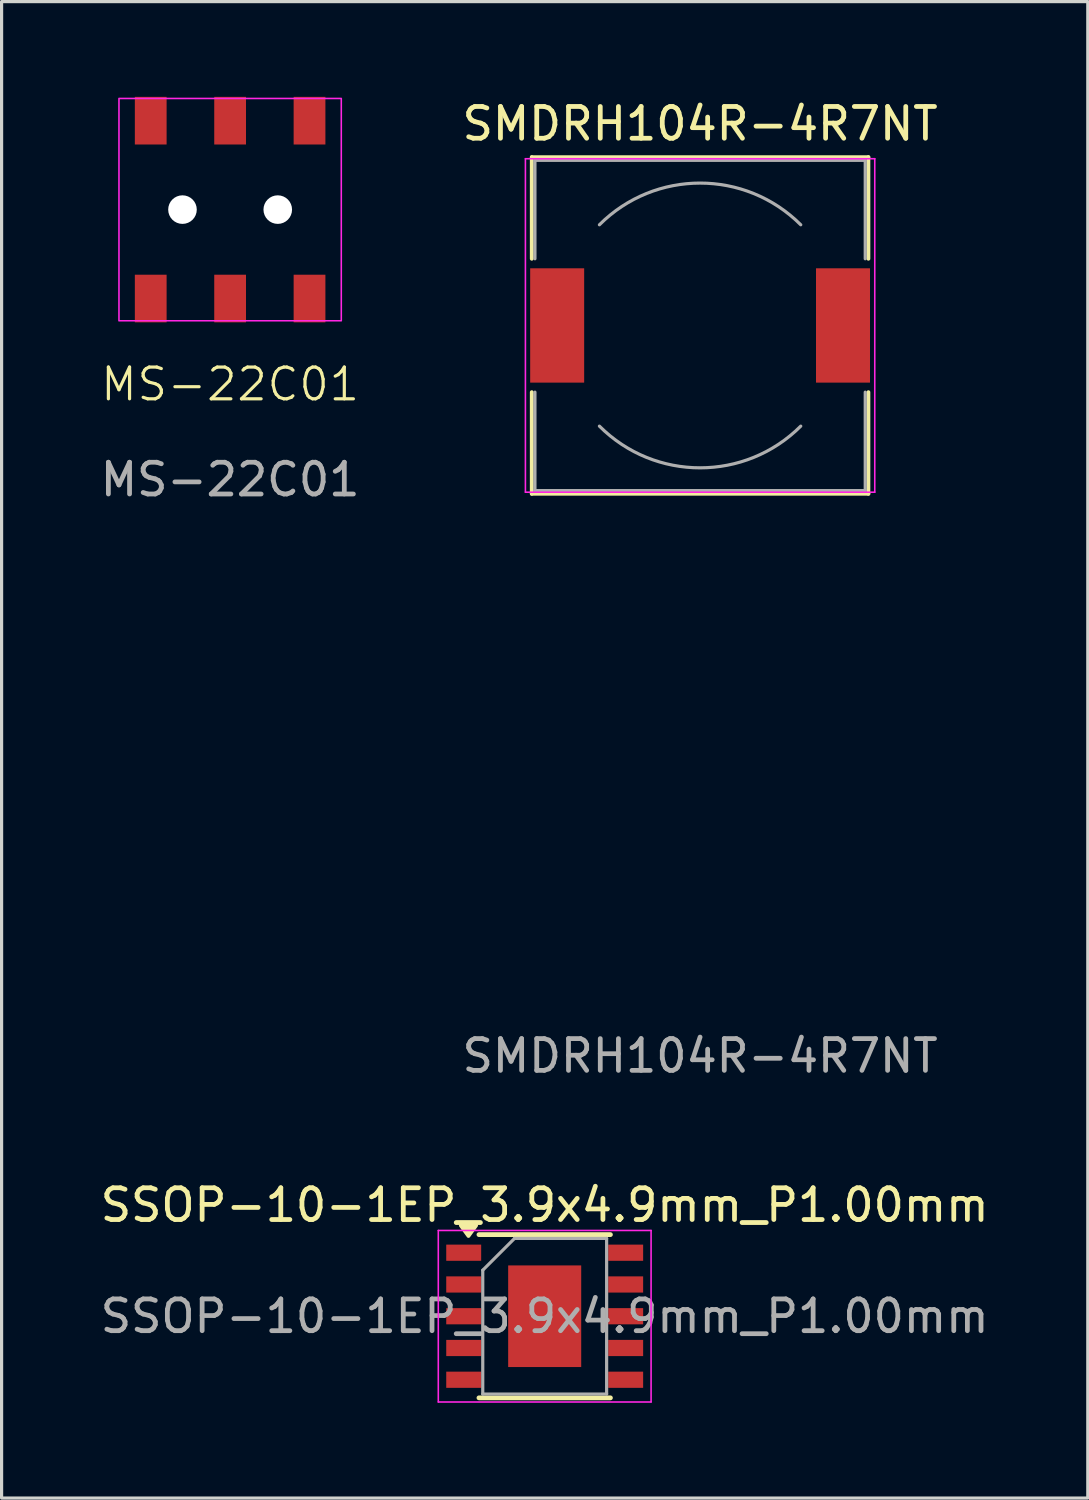
<source format=kicad_pcb>
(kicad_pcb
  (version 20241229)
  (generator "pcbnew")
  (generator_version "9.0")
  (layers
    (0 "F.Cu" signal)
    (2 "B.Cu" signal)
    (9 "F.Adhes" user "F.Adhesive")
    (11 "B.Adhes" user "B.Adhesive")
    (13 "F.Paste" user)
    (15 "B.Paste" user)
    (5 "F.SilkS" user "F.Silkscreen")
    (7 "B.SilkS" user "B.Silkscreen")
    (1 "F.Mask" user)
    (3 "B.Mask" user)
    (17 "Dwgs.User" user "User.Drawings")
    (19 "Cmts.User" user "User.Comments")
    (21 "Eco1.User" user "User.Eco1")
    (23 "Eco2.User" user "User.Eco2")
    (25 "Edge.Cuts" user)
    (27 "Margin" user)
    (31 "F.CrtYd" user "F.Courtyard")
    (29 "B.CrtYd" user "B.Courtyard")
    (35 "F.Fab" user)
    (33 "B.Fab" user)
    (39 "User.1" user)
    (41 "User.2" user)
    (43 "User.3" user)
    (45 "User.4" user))
  (footprint "SMDRH104R-4R7NT"
    (layer "F.Cu")
    (at 18.994 7.198)
    (property "Reference" "SMDRH104R-4R7NT" (at 0 -6.35 180) (layer "F.SilkS") (effects (font (size 1 1) (thickness 0.15))))
    (attr smd)
    (fp_line (start -5.3 -5.3) (end 5.3 -5.3) (stroke (width 0.12) (type solid)) (layer "F.SilkS"))
    (fp_line (start -5.3 -2.1) (end -5.3 -5.3) (stroke (width 0.12) (type solid)) (layer "F.SilkS"))
    (fp_line (start -5.3 5.3) (end -5.3 2.1) (stroke (width 0.12) (type solid)) (layer "F.SilkS"))
    (fp_line (start 5.3 -5.3) (end 5.3 -2.1) (stroke (width 0.12) (type solid)) (layer "F.SilkS"))
    (fp_line (start 5.3 2.1) (end 5.3 5.3) (stroke (width 0.12) (type solid)) (layer "F.SilkS"))
    (fp_line (start 5.3 5.3) (end -5.3 5.3) (stroke (width 0.12) (type solid)) (layer "F.SilkS"))
    (fp_line (start -5.5 -5.25) (end -5.5 5.25) (stroke (width 0.05) (type solid)) (layer "F.CrtYd"))
    (fp_line (start -5.5 5.25) (end 5.5 5.25) (stroke (width 0.05) (type solid)) (layer "F.CrtYd"))
    (fp_line (start 5.5 -5.25) (end -5.5 -5.25) (stroke (width 0.05) (type solid)) (layer "F.CrtYd"))
    (fp_line (start 5.5 5.25) (end 5.5 -5.25) (stroke (width 0.05) (type solid)) (layer "F.CrtYd"))
    (fp_line (start -5.2 -5.2) (end -5.2 -2.1) (stroke (width 0.1) (type solid)) (layer "F.Fab"))
    (fp_line (start -5.2 -5.2) (end 5.2 -5.2) (stroke (width 0.1) (type solid)) (layer "F.Fab"))
    (fp_line (start -5.2 5.2) (end -5.2 2.1) (stroke (width 0.1) (type solid)) (layer "F.Fab"))
    (fp_line (start -5.2 5.2) (end 5.2 5.2) (stroke (width 0.1) (type solid)) (layer "F.Fab"))
    (fp_line (start 5.2 -5.2) (end 5.2 -2.1) (stroke (width 0.1) (type solid)) (layer "F.Fab"))
    (fp_line (start 5.2 5.2) (end 5.2 2.1) (stroke (width 0.1) (type solid)) (layer "F.Fab"))
    (fp_arc (start -3.17 -3.17) (mid 0 -4.483057) (end 3.17 -3.17) (stroke (width 0.1) (type solid)) (layer "F.Fab"))
    (fp_arc (start 3.17 3.17) (mid 0 4.483057) (end -3.17 3.17) (stroke (width 0.1) (type solid)) (layer "F.Fab"))
    (fp_text user "${REFERENCE}" (at 0 23 180) (layer "F.Fab") (effects (font (size 1 1) (thickness 0.15))))
    (pad "1" smd rect (at -4.5 0) (size 1.7 3.6) (layers "F.Cu" "F.Mask" "F.Paste"))
    (pad "2" smd rect (at 4.5 0) (size 1.7 3.6) (layers "F.Cu" "F.Mask" "F.Paste")))
  (footprint "SSOP-10-1EP_3.9x4.9mm_P1.00mm"
    (layer "F.Cu")
    (at 14.101 38.395)
    (property "Reference" "SSOP-10-1EP_3.9x4.9mm_P1.00mm" (at 0 -3.5 0) (layer "F.SilkS") (effects (font (size 1 1) (thickness 0.15))))
    (attr smd)
    (fp_line (start -2.07 -2.57) (end 2.07 -2.57) (stroke (width 0.15) (type solid)) (layer "F.SilkS"))
    (fp_line (start -2.07 2.57) (end 2.07 2.57) (stroke (width 0.15) (type solid)) (layer "F.SilkS"))
    (fp_poly (pts (xy -2.4 -2.527) (xy -2.64 -2.857) (xy -2.16 -2.857) (xy -2.4 -2.527)) (stroke (width 0.12) (type solid)) (fill yes) (layer "F.SilkS"))
    (fp_line (start -3.35 -2.7) (end -3.35 2.7) (stroke (width 0.05) (type solid)) (layer "F.CrtYd"))
    (fp_line (start -3.35 -2.7) (end 3.35 -2.7) (stroke (width 0.05) (type solid)) (layer "F.CrtYd"))
    (fp_line (start -3.35 2.7) (end 3.35 2.7) (stroke (width 0.05) (type solid)) (layer "F.CrtYd"))
    (fp_line (start 3.35 -2.7) (end 3.35 2.7) (stroke (width 0.05) (type solid)) (layer "F.CrtYd"))
    (fp_line (start -1.95 -1.45) (end -0.95 -2.45) (stroke (width 0.1) (type solid)) (layer "F.Fab"))
    (fp_line (start -1.95 2.45) (end -1.95 -1.45) (stroke (width 0.1) (type solid)) (layer "F.Fab"))
    (fp_line (start -0.95 -2.45) (end 1.95 -2.45) (stroke (width 0.1) (type solid)) (layer "F.Fab"))
    (fp_line (start 1.95 -2.45) (end 1.95 2.45) (stroke (width 0.1) (type solid)) (layer "F.Fab"))
    (fp_line (start 1.95 2.45) (end -1.95 2.45) (stroke (width 0.1) (type solid)) (layer "F.Fab"))
    (fp_text user "${REFERENCE}" (at 0 0 0) (layer "F.Fab") (effects (font (size 1 1) (thickness 0.15))))
    (pad "1" smd rect (at -2.55 -2) (size 1.1 0.51) (layers "F.Cu" "F.Mask" "F.Paste"))
    (pad "2" smd rect (at -2.55 -1) (size 1.1 0.51) (layers "F.Cu" "F.Mask" "F.Paste"))
    (pad "3" smd rect (at -2.55 0) (size 1.1 0.51) (layers "F.Cu" "F.Mask" "F.Paste"))
    (pad "4" smd rect (at -2.55 1) (size 1.1 0.51) (layers "F.Cu" "F.Mask" "F.Paste"))
    (pad "5" smd rect (at -2.55 2) (size 1.1 0.51) (layers "F.Cu" "F.Mask" "F.Paste"))
    (pad "6" smd rect (at 2.55 2) (size 1.1 0.51) (layers "F.Cu" "F.Mask" "F.Paste"))
    (pad "7" smd rect (at 2.55 1) (size 1.1 0.51) (layers "F.Cu" "F.Mask" "F.Paste"))
    (pad "8" smd rect (at 2.55 0) (size 1.1 0.51) (layers "F.Cu" "F.Mask" "F.Paste"))
    (pad "9" smd rect (at 2.55 -1) (size 1.1 0.51) (layers "F.Cu" "F.Mask" "F.Paste"))
    (pad "10" smd rect (at 2.55 -2) (size 1.1 0.51) (layers "F.Cu" "F.Mask" "F.Paste"))
    (pad "11" smd rect (at 0 0) (size 2.3 3.2) (layers "F.Cu" "F.Mask" "F.Paste")))
  (footprint "MS-22C01"
    (layer "F.Cu")
    (at 4.196 3.55)
    (property "Reference" "MS-22C01" (at 0 5.5 0) (unlocked yes) (layer "F.SilkS") (effects (font (size 1 1) (thickness 0.1))))
    (attr smd)
    (fp_rect (start -3.5 -3.5) (end 3.5 3.5) (stroke (width 0.05) (type default)) (fill no) (layer "F.CrtYd"))
    (fp_text user "${REFERENCE}" (at 0 8.5 0) (unlocked yes) (layer "F.Fab") (effects (font (size 1 1) (thickness 0.15))))
    (pad "" np_thru_hole circle (at -1.5 0) (size 0.9 0.9) (drill 0.9) (layers "*.Cu" "*.Mask"))
    (pad "" np_thru_hole circle (at 1.5 0) (size 0.9 0.9) (drill 0.9) (layers "*.Cu" "*.Mask"))
    (pad "1" smd rect (at -2.5 -2.8) (size 1 1.5) (layers "F.Cu" "F.Mask" "F.Paste"))
    (pad "2" smd rect (at 0 -2.8) (size 1 1.5) (layers "F.Cu" "F.Mask" "F.Paste"))
    (pad "3" smd rect (at 2.5 -2.8) (size 1 1.5) (layers "F.Cu" "F.Mask" "F.Paste"))
    (pad "4" smd rect (at 2.5 2.8) (size 1 1.5) (layers "F.Cu" "F.Mask" "F.Paste"))
    (pad "5" smd rect (at 0 2.8) (size 1 1.5) (layers "F.Cu" "F.Mask" "F.Paste"))
    (pad "6" smd rect (at -2.5 2.8) (size 1 1.5) (layers "F.Cu" "F.Mask" "F.Paste")))
  (gr_rect
    (start -3 -3)
    (end 31.202 44.12)
    (stroke (width 0.1) (type default))
    (fill no)
    (layer "Edge.Cuts")))
</source>
